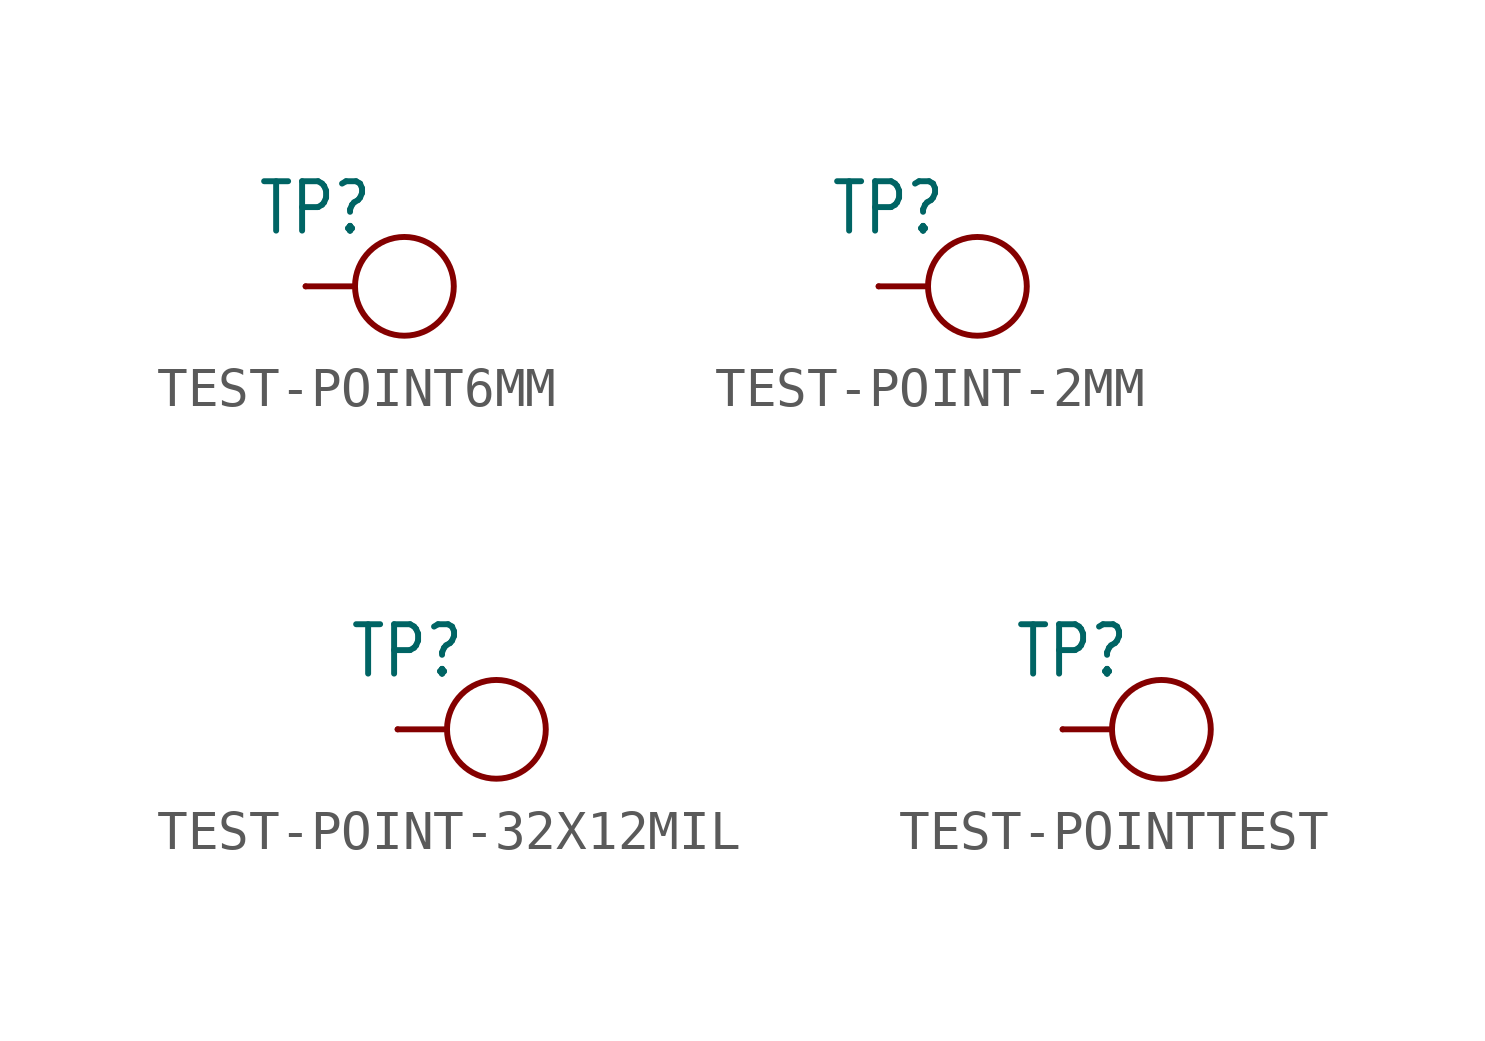
<source format=kicad_sym>
(kicad_symbol_lib
  (version 20220914)
  (generator kicad_symbol_editor)
  (symbol "TEST-POINT6MM"
    (property "Reference" "TP"
      (at -3.81 1.27 0)
      (effects (font (size 1.27 1.079)) (justify left bottom)))
    (property "ki_locked" ""
      (at 0 0 0)
      (effects (font (size 1.27 1.27))))
    (symbol "TEST-POINT6MM_1_0"
      (polyline (pts (xy -2.54 0) (xy -1.27 0)) (stroke (width 0.152) (type solid)) (fill (type none)))
      (circle (center 0 0) (radius 1.27) (stroke (width 0.152) (type solid)) (fill (type none)))
      (pin bidirectional line (at -2.54 0 0) (length 0) (name "T" (effects (font (size 0 0)))) (number "1" (effects (font (size 0 0)))))))
  (symbol "TEST-POINT-2MM"
    (property "Reference" "TP"
      (at -3.81 1.27 0)
      (effects (font (size 1.27 1.079)) (justify left bottom)))
    (property "ki_locked" ""
      (at 0 0 0)
      (effects (font (size 1.27 1.27))))
    (symbol "TEST-POINT-2MM_1_0"
      (polyline (pts (xy -2.54 0) (xy -1.27 0)) (stroke (width 0.152) (type solid)) (fill (type none)))
      (circle (center 0 0) (radius 1.27) (stroke (width 0.152) (type solid)) (fill (type none)))
      (pin bidirectional line (at -2.54 0 0) (length 0) (name "T" (effects (font (size 0 0)))) (number "1" (effects (font (size 0 0)))))))
  (symbol "TEST-POINT-32X12MIL"
    (property "Reference" "TP"
      (at -3.81 1.27 0)
      (effects (font (size 1.27 1.079)) (justify left bottom)))
    (property "ki_locked" ""
      (at 0 0 0)
      (effects (font (size 1.27 1.27))))
    (symbol "TEST-POINT-32X12MIL_1_0"
      (polyline (pts (xy -2.54 0) (xy -1.27 0)) (stroke (width 0.152) (type solid)) (fill (type none)))
      (circle (center 0 0) (radius 1.27) (stroke (width 0.152) (type solid)) (fill (type none)))
      (pin bidirectional line (at -2.54 0 0) (length 0) (name "T" (effects (font (size 0 0)))) (number "1" (effects (font (size 0 0)))))))
  (symbol "TEST-POINTTEST"
    (property "Reference" "TP"
      (at -3.81 1.27 0)
      (effects (font (size 1.27 1.079)) (justify left bottom)))
    (property "ki_locked" ""
      (at 0 0 0)
      (effects (font (size 1.27 1.27))))
    (symbol "TEST-POINTTEST_1_0"
      (polyline (pts (xy -2.54 0) (xy -1.27 0)) (stroke (width 0.152) (type solid)) (fill (type none)))
      (circle (center 0 0) (radius 1.27) (stroke (width 0.152) (type solid)) (fill (type none)))
      (pin bidirectional line (at -2.54 0 0) (length 0) (name "T" (effects (font (size 0 0)))) (number "1" (effects (font (size 0 0))))))))
</source>
